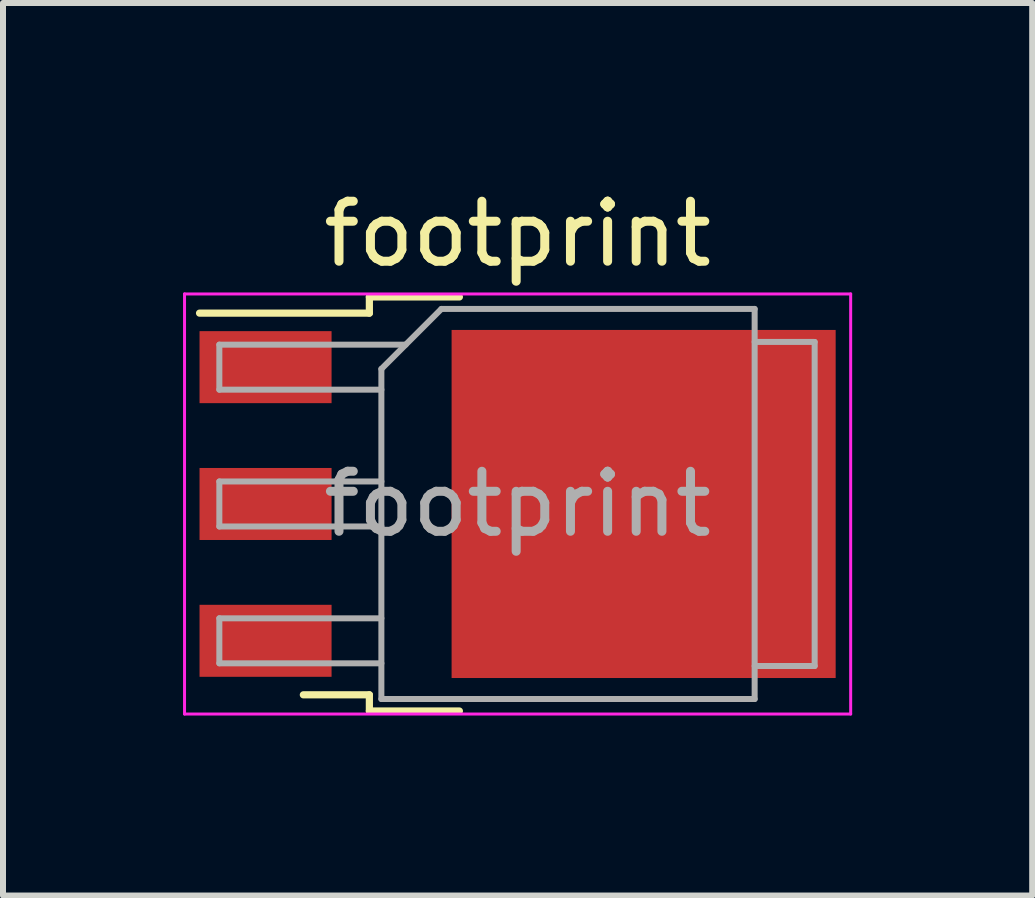
<source format=kicad_pcb>
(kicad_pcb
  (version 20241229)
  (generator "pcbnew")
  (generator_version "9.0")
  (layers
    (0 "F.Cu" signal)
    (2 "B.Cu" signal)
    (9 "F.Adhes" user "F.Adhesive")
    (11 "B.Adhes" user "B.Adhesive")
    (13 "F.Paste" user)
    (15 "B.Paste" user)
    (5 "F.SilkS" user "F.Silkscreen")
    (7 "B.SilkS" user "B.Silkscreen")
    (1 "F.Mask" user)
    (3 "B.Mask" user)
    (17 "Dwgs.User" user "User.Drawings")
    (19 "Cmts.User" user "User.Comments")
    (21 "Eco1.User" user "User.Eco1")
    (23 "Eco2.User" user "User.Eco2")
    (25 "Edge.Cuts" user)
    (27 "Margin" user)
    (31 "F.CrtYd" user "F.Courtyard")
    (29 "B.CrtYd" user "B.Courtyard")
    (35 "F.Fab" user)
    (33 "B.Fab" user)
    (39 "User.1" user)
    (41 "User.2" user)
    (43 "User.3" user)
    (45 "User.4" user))
  (footprint "footprint"
    (layer "F.Cu")
    (at 5.575 5.348)
    (property "Reference" "footprint" (at 0 -4.5 0) (layer "F.SilkS") (effects (font (size 1 1) (thickness 0.15))))
    (attr smd)
    (fp_line (start -2.47 -3.45) (end -2.47 -3.18) (stroke (width 0.12) (type solid)) (layer "F.SilkS"))
    (fp_line (start -2.47 -3.18) (end -5.3 -3.18) (stroke (width 0.12) (type solid)) (layer "F.SilkS"))
    (fp_line (start -2.47 3.18) (end -3.57 3.18) (stroke (width 0.12) (type solid)) (layer "F.SilkS"))
    (fp_line (start -2.47 3.45) (end -2.47 3.18) (stroke (width 0.12) (type solid)) (layer "F.SilkS"))
    (fp_line (start -0.97 -3.45) (end -2.47 -3.45) (stroke (width 0.12) (type solid)) (layer "F.SilkS"))
    (fp_line (start -0.97 3.45) (end -2.47 3.45) (stroke (width 0.12) (type solid)) (layer "F.SilkS"))
    (fp_line (start -5.55 -3.5) (end -5.55 3.5) (stroke (width 0.05) (type solid)) (layer "F.CrtYd"))
    (fp_line (start -5.55 3.5) (end 5.55 3.5) (stroke (width 0.05) (type solid)) (layer "F.CrtYd"))
    (fp_line (start 5.55 -3.5) (end -5.55 -3.5) (stroke (width 0.05) (type solid)) (layer "F.CrtYd"))
    (fp_line (start 5.55 3.5) (end 5.55 -3.5) (stroke (width 0.05) (type solid)) (layer "F.CrtYd"))
    (fp_line (start -4.97 -2.655) (end -4.97 -1.905) (stroke (width 0.1) (type solid)) (layer "F.Fab"))
    (fp_line (start -4.97 -1.905) (end -2.27 -1.905) (stroke (width 0.1) (type solid)) (layer "F.Fab"))
    (fp_line (start -4.97 -0.375) (end -4.97 0.375) (stroke (width 0.1) (type solid)) (layer "F.Fab"))
    (fp_line (start -4.97 0.375) (end -2.27 0.375) (stroke (width 0.1) (type solid)) (layer "F.Fab"))
    (fp_line (start -4.97 1.905) (end -4.97 2.655) (stroke (width 0.1) (type solid)) (layer "F.Fab"))
    (fp_line (start -4.97 2.655) (end -2.27 2.655) (stroke (width 0.1) (type solid)) (layer "F.Fab"))
    (fp_line (start -2.27 -2.25) (end -1.27 -3.25) (stroke (width 0.1) (type solid)) (layer "F.Fab"))
    (fp_line (start -2.27 -0.375) (end -4.97 -0.375) (stroke (width 0.1) (type solid)) (layer "F.Fab"))
    (fp_line (start -2.27 1.905) (end -4.97 1.905) (stroke (width 0.1) (type solid)) (layer "F.Fab"))
    (fp_line (start -2.27 3.25) (end -2.27 -2.25) (stroke (width 0.1) (type solid)) (layer "F.Fab"))
    (fp_line (start -1.865 -2.655) (end -4.97 -2.655) (stroke (width 0.1) (type solid)) (layer "F.Fab"))
    (fp_line (start -1.27 -3.25) (end 3.95 -3.25) (stroke (width 0.1) (type solid)) (layer "F.Fab"))
    (fp_line (start 3.95 -3.25) (end 3.95 3.25) (stroke (width 0.1) (type solid)) (layer "F.Fab"))
    (fp_line (start 3.95 -2.7) (end 4.95 -2.7) (stroke (width 0.1) (type solid)) (layer "F.Fab"))
    (fp_line (start 3.95 3.25) (end -2.27 3.25) (stroke (width 0.1) (type solid)) (layer "F.Fab"))
    (fp_line (start 4.95 -2.7) (end 4.95 2.7) (stroke (width 0.1) (type solid)) (layer "F.Fab"))
    (fp_line (start 4.95 2.7) (end 3.95 2.7) (stroke (width 0.1) (type solid)) (layer "F.Fab"))
    (fp_text user "${REFERENCE}" (at 0 0 0) (layer "F.Fab") (effects (font (size 1 1) (thickness 0.15))))
    (pad "" smd rect (at 0.425 -1.525) (size 3.05 2.75) (layers "F.Paste"))
    (pad "" smd rect (at 0.425 1.525) (size 3.05 2.75) (layers "F.Paste"))
    (pad "" smd rect (at 3.775 -1.525) (size 3.05 2.75) (layers "F.Paste"))
    (pad "" smd rect (at 3.775 1.525) (size 3.05 2.75) (layers "F.Paste"))
    (pad "1" smd rect (at -4.2 -2.28) (size 2.2 1.2) (layers "F.Cu" "F.Mask" "F.Paste"))
    (pad "2" smd rect (at -4.2 0) (size 2.2 1.2) (layers "F.Cu" "F.Mask" "F.Paste"))
    (pad "2" smd rect (at 2.1 0) (size 6.4 5.8) (layers "F.Cu" "F.Mask"))
    (pad "3" smd rect (at -4.2 2.28) (size 2.2 1.2) (layers "F.Cu" "F.Mask" "F.Paste")))
  (gr_rect
    (start -3 -3)
    (end 14.15 11.873)
    (stroke (width 0.1) (type default))
    (fill no)
    (layer "Edge.Cuts")))
</source>
